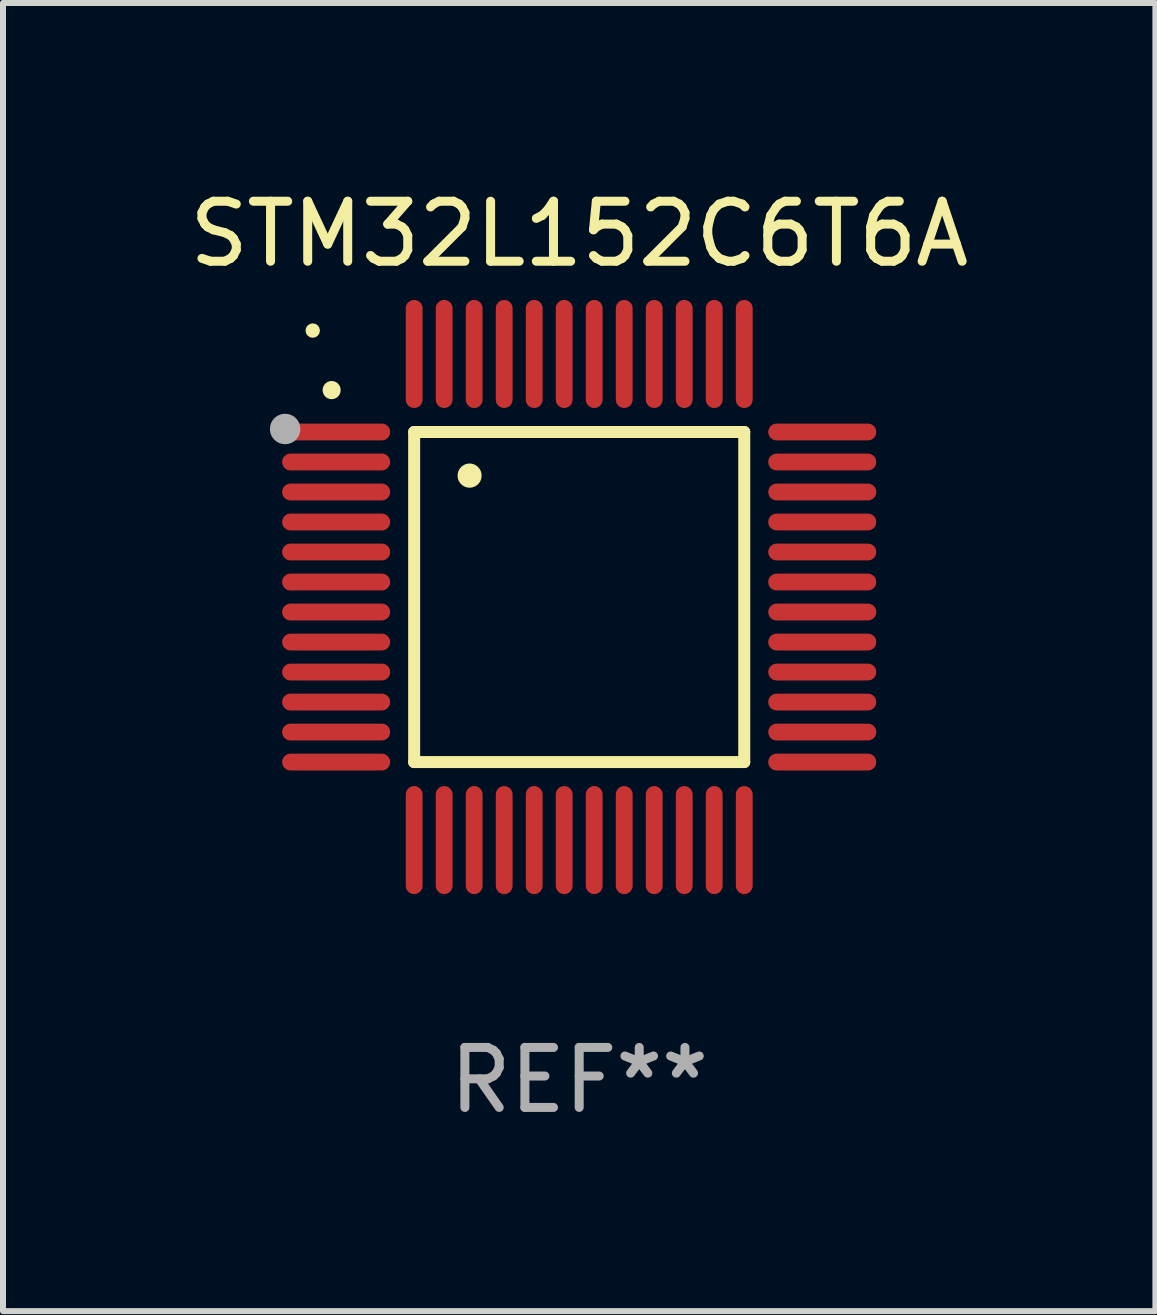
<source format=kicad_pcb>
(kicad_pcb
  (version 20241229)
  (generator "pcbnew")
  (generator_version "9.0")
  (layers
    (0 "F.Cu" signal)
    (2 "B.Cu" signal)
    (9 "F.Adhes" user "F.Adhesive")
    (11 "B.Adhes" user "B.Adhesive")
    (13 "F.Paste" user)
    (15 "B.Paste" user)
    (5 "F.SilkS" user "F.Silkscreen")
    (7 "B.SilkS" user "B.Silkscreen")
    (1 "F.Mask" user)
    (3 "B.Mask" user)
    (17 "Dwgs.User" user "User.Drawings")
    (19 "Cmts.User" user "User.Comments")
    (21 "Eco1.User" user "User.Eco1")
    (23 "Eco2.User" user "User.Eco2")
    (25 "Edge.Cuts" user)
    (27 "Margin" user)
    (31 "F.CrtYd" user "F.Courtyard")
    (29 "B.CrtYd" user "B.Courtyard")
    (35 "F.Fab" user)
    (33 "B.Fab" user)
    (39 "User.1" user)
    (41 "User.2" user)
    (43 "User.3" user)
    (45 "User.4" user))
  (footprint "STM32L152C6T6A"
    (layer "F.Cu")
    (at 6.601 6.898)
    (property "Reference" "STM32L152C6T6A" (at 0 -6.05 0) (layer "F.SilkS") (effects (font (size 1 1) (thickness 0.15))))
    (attr through_hole)
    (fp_line (start -2.75 -2.75) (end 2.75 -2.75) (stroke (width 0.2) (type solid)) (layer "F.SilkS"))
    (fp_line (start -2.75 2.75) (end -2.75 -2.75) (stroke (width 0.2) (type solid)) (layer "F.SilkS"))
    (fp_line (start 2.75 -2.75) (end 2.75 2.75) (stroke (width 0.2) (type solid)) (layer "F.SilkS"))
    (fp_line (start 2.75 2.75) (end -2.75 2.75) (stroke (width 0.2) (type solid)) (layer "F.SilkS"))
    (fp_arc (start -4.124968 -3.446787) (mid -4.124973 -3.448057) (end -4.124968 -3.449327) (stroke (width 0.3) (type solid)) (layer "F.SilkS"))
    (fp_arc (start -1.826264 -2.021844) (mid -1.826268 -2.023114) (end -1.826264 -2.024384) (stroke (width 0.4) (type solid)) (layer "F.SilkS"))
    (fp_circle (center -4.44 -4.44) (end -4.38 -4.44) (stroke (width 0.12) (type solid)) (fill no) (layer "F.SilkS"))
    (fp_circle (center -4.9 -2.8) (end -4.773 -2.8) (stroke (width 0.254) (type solid)) (fill no) (layer "F.Fab"))
    (fp_text user "REF**" (at 0 8.05 0) (layer "F.Fab") (effects (font (size 1 1) (thickness 0.15))))
    (pad "1" smd oval (at -4.05 -2.75 90) (size 0.28 1.8) (layers "F.Cu" "F.Mask" "F.Paste"))
    (pad "2" smd oval (at -4.05 -2.25 90) (size 0.28 1.8) (layers "F.Cu" "F.Mask" "F.Paste"))
    (pad "3" smd oval (at -4.05 -1.75 90) (size 0.28 1.8) (layers "F.Cu" "F.Mask" "F.Paste"))
    (pad "4" smd oval (at -4.05 -1.25 90) (size 0.28 1.8) (layers "F.Cu" "F.Mask" "F.Paste"))
    (pad "5" smd oval (at -4.05 -0.75 90) (size 0.28 1.8) (layers "F.Cu" "F.Mask" "F.Paste"))
    (pad "6" smd oval (at -4.05 -0.25 90) (size 0.28 1.8) (layers "F.Cu" "F.Mask" "F.Paste"))
    (pad "7" smd oval (at -4.05 0.25 90) (size 0.28 1.8) (layers "F.Cu" "F.Mask" "F.Paste"))
    (pad "8" smd oval (at -4.05 0.75 90) (size 0.28 1.8) (layers "F.Cu" "F.Mask" "F.Paste"))
    (pad "9" smd oval (at -4.05 1.25 90) (size 0.28 1.8) (layers "F.Cu" "F.Mask" "F.Paste"))
    (pad "10" smd oval (at -4.05 1.75 90) (size 0.28 1.8) (layers "F.Cu" "F.Mask" "F.Paste"))
    (pad "11" smd oval (at -4.05 2.25 90) (size 0.28 1.8) (layers "F.Cu" "F.Mask" "F.Paste"))
    (pad "12" smd oval (at -4.05 2.75 90) (size 0.28 1.8) (layers "F.Cu" "F.Mask" "F.Paste"))
    (pad "13" smd oval (at -2.75 4.05) (size 0.28 1.8) (layers "F.Cu" "F.Mask" "F.Paste"))
    (pad "14" smd oval (at -2.25 4.05) (size 0.28 1.8) (layers "F.Cu" "F.Mask" "F.Paste"))
    (pad "15" smd oval (at -1.75 4.05) (size 0.28 1.8) (layers "F.Cu" "F.Mask" "F.Paste"))
    (pad "16" smd oval (at -1.25 4.05) (size 0.28 1.8) (layers "F.Cu" "F.Mask" "F.Paste"))
    (pad "17" smd oval (at -0.75 4.05) (size 0.28 1.8) (layers "F.Cu" "F.Mask" "F.Paste"))
    (pad "18" smd oval (at -0.25 4.05) (size 0.28 1.8) (layers "F.Cu" "F.Mask" "F.Paste"))
    (pad "19" smd oval (at 0.25 4.05) (size 0.28 1.8) (layers "F.Cu" "F.Mask" "F.Paste"))
    (pad "20" smd oval (at 0.75 4.05) (size 0.28 1.8) (layers "F.Cu" "F.Mask" "F.Paste"))
    (pad "21" smd oval (at 1.25 4.05) (size 0.28 1.8) (layers "F.Cu" "F.Mask" "F.Paste"))
    (pad "22" smd oval (at 1.75 4.05) (size 0.28 1.8) (layers "F.Cu" "F.Mask" "F.Paste"))
    (pad "23" smd oval (at 2.25 4.05) (size 0.28 1.8) (layers "F.Cu" "F.Mask" "F.Paste"))
    (pad "24" smd oval (at 2.75 4.05) (size 0.28 1.8) (layers "F.Cu" "F.Mask" "F.Paste"))
    (pad "25" smd oval (at 4.05 2.75 90) (size 0.28 1.8) (layers "F.Cu" "F.Mask" "F.Paste"))
    (pad "26" smd oval (at 4.05 2.25 90) (size 0.28 1.8) (layers "F.Cu" "F.Mask" "F.Paste"))
    (pad "27" smd oval (at 4.05 1.75 90) (size 0.28 1.8) (layers "F.Cu" "F.Mask" "F.Paste"))
    (pad "28" smd oval (at 4.05 1.25 90) (size 0.28 1.8) (layers "F.Cu" "F.Mask" "F.Paste"))
    (pad "29" smd oval (at 4.05 0.75 90) (size 0.28 1.8) (layers "F.Cu" "F.Mask" "F.Paste"))
    (pad "30" smd oval (at 4.05 0.25 90) (size 0.28 1.8) (layers "F.Cu" "F.Mask" "F.Paste"))
    (pad "31" smd oval (at 4.05 -0.25 90) (size 0.28 1.8) (layers "F.Cu" "F.Mask" "F.Paste"))
    (pad "32" smd oval (at 4.05 -0.75 90) (size 0.28 1.8) (layers "F.Cu" "F.Mask" "F.Paste"))
    (pad "33" smd oval (at 4.05 -1.25 90) (size 0.28 1.8) (layers "F.Cu" "F.Mask" "F.Paste"))
    (pad "34" smd oval (at 4.05 -1.75 90) (size 0.28 1.8) (layers "F.Cu" "F.Mask" "F.Paste"))
    (pad "35" smd oval (at 4.05 -2.25 90) (size 0.28 1.8) (layers "F.Cu" "F.Mask" "F.Paste"))
    (pad "36" smd oval (at 4.05 -2.75 90) (size 0.28 1.8) (layers "F.Cu" "F.Mask" "F.Paste"))
    (pad "37" smd oval (at 2.75 -4.05) (size 0.28 1.8) (layers "F.Cu" "F.Mask" "F.Paste"))
    (pad "38" smd oval (at 2.25 -4.05) (size 0.28 1.8) (layers "F.Cu" "F.Mask" "F.Paste"))
    (pad "39" smd oval (at 1.75 -4.05) (size 0.28 1.8) (layers "F.Cu" "F.Mask" "F.Paste"))
    (pad "40" smd oval (at 1.25 -4.05) (size 0.28 1.8) (layers "F.Cu" "F.Mask" "F.Paste"))
    (pad "41" smd oval (at 0.75 -4.05) (size 0.28 1.8) (layers "F.Cu" "F.Mask" "F.Paste"))
    (pad "42" smd oval (at 0.25 -4.05) (size 0.28 1.8) (layers "F.Cu" "F.Mask" "F.Paste"))
    (pad "43" smd oval (at -0.25 -4.05) (size 0.28 1.8) (layers "F.Cu" "F.Mask" "F.Paste"))
    (pad "44" smd oval (at -0.75 -4.05) (size 0.28 1.8) (layers "F.Cu" "F.Mask" "F.Paste"))
    (pad "45" smd oval (at -1.25 -4.05) (size 0.28 1.8) (layers "F.Cu" "F.Mask" "F.Paste"))
    (pad "46" smd oval (at -1.75 -4.05) (size 0.28 1.8) (layers "F.Cu" "F.Mask" "F.Paste"))
    (pad "47" smd oval (at -2.25 -4.05) (size 0.28 1.8) (layers "F.Cu" "F.Mask" "F.Paste"))
    (pad "48" smd oval (at -2.75 -4.05) (size 0.28 1.8) (layers "F.Cu" "F.Mask" "F.Paste")))
  (gr_rect
    (start -3 -3)
    (end 16.202 18.797)
    (stroke (width 0.1) (type default))
    (fill no)
    (layer "Edge.Cuts")))
</source>
